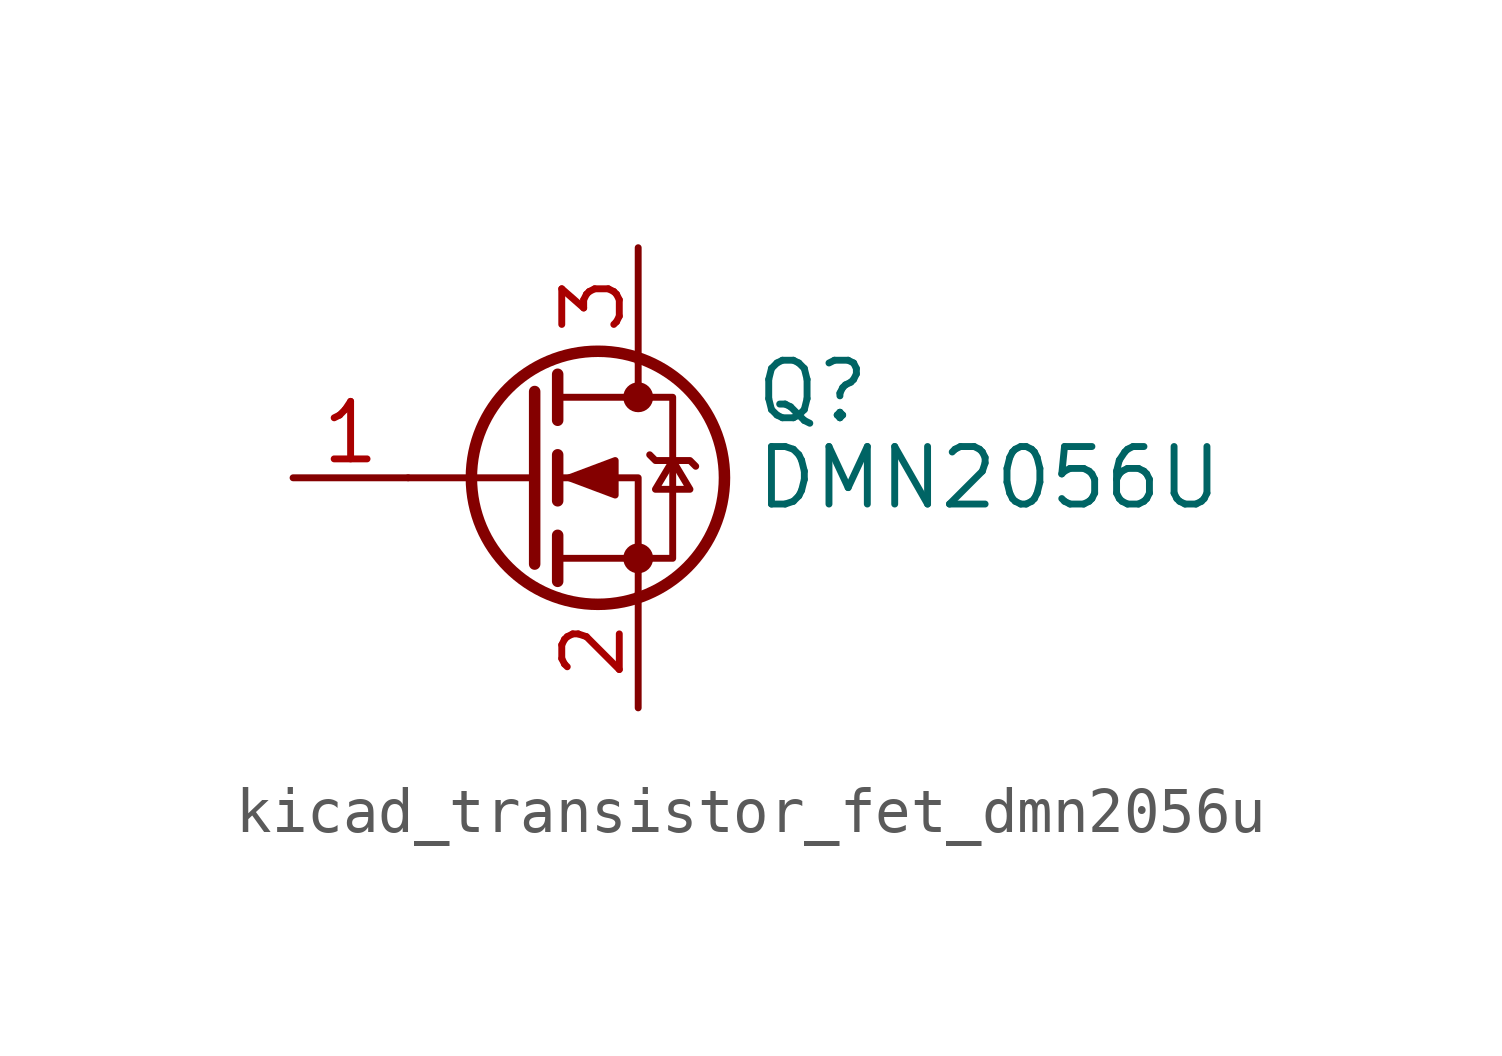
<source format=kicad_sym>
(kicad_symbol_lib
  (version 20220914)
  (generator kicad_symbol_editor)
  (symbol "kicad_transistor_fet_dmn2056u"
    (pin_names hide)
    (property "Reference" "Q"
      (at 5.08 1.905 0)
      (effects (font (size 1.27 1.27)) (justify left)))
    (property "Value" "DMN2056U"
      (at 5.08 0 0)
      (effects (font (size 1.27 1.27)) (justify left)))
    (symbol "kicad_transistor_fet_dmn2056u_0_1"
      (polyline (pts (xy 0.254 0) (xy -2.54 0)) (stroke (width 0) (type default)) (fill (type none)))
      (polyline (pts (xy 0.254 1.905) (xy 0.254 -1.905)) (stroke (width 0.254) (type default)) (fill (type none)))
      (polyline (pts (xy 0.762 -1.27) (xy 0.762 -2.286)) (stroke (width 0.254) (type default)) (fill (type none)))
      (polyline (pts (xy 0.762 0.508) (xy 0.762 -0.508)) (stroke (width 0.254) (type default)) (fill (type none)))
      (polyline (pts (xy 0.762 2.286) (xy 0.762 1.27)) (stroke (width 0.254) (type default)) (fill (type none)))
      (polyline (pts (xy 2.54 2.54) (xy 2.54 1.778)) (stroke (width 0) (type default)) (fill (type none)))
      (polyline (pts (xy 2.54 -2.54) (xy 2.54 0) (xy 0.762 0)) (stroke (width 0) (type default)) (fill (type none)))
      (polyline (pts (xy 0.762 -1.778) (xy 3.302 -1.778) (xy 3.302 1.778) (xy 0.762 1.778)) (stroke (width 0) (type default)) (fill (type none)))
      (polyline (pts (xy 1.016 0) (xy 2.032 0.381) (xy 2.032 -0.381) (xy 1.016 0)) (stroke (width 0) (type default)) (fill (type outline)))
      (polyline (pts (xy 2.794 0.508) (xy 2.921 0.381) (xy 3.683 0.381) (xy 3.81 0.254)) (stroke (width 0) (type default)) (fill (type none)))
      (polyline (pts (xy 3.302 0.381) (xy 2.921 -0.254) (xy 3.683 -0.254) (xy 3.302 0.381)) (stroke (width 0) (type default)) (fill (type none)))
      (circle (center 1.651 0) (radius 2.794) (stroke (width 0.254) (type default)) (fill (type none)))
      (circle (center 2.54 -1.778) (radius 0.254) (stroke (width 0) (type default)) (fill (type outline)))
      (circle (center 2.54 1.778) (radius 0.254) (stroke (width 0) (type default)) (fill (type outline))))
    (symbol "kicad_transistor_fet_dmn2056u_1_1"
      (pin input line (at -5.08 0 0) (length 2.54) (name "G" (effects (font (size 1.27 1.27)))) (number "1" (effects (font (size 1.27 1.27)))))
      (pin passive line (at 2.54 -5.08 90) (length 2.54) (name "S" (effects (font (size 1.27 1.27)))) (number "2" (effects (font (size 1.27 1.27)))))
      (pin passive line (at 2.54 5.08 270) (length 2.54) (name "D" (effects (font (size 1.27 1.27)))) (number "3" (effects (font (size 1.27 1.27))))))))
</source>
